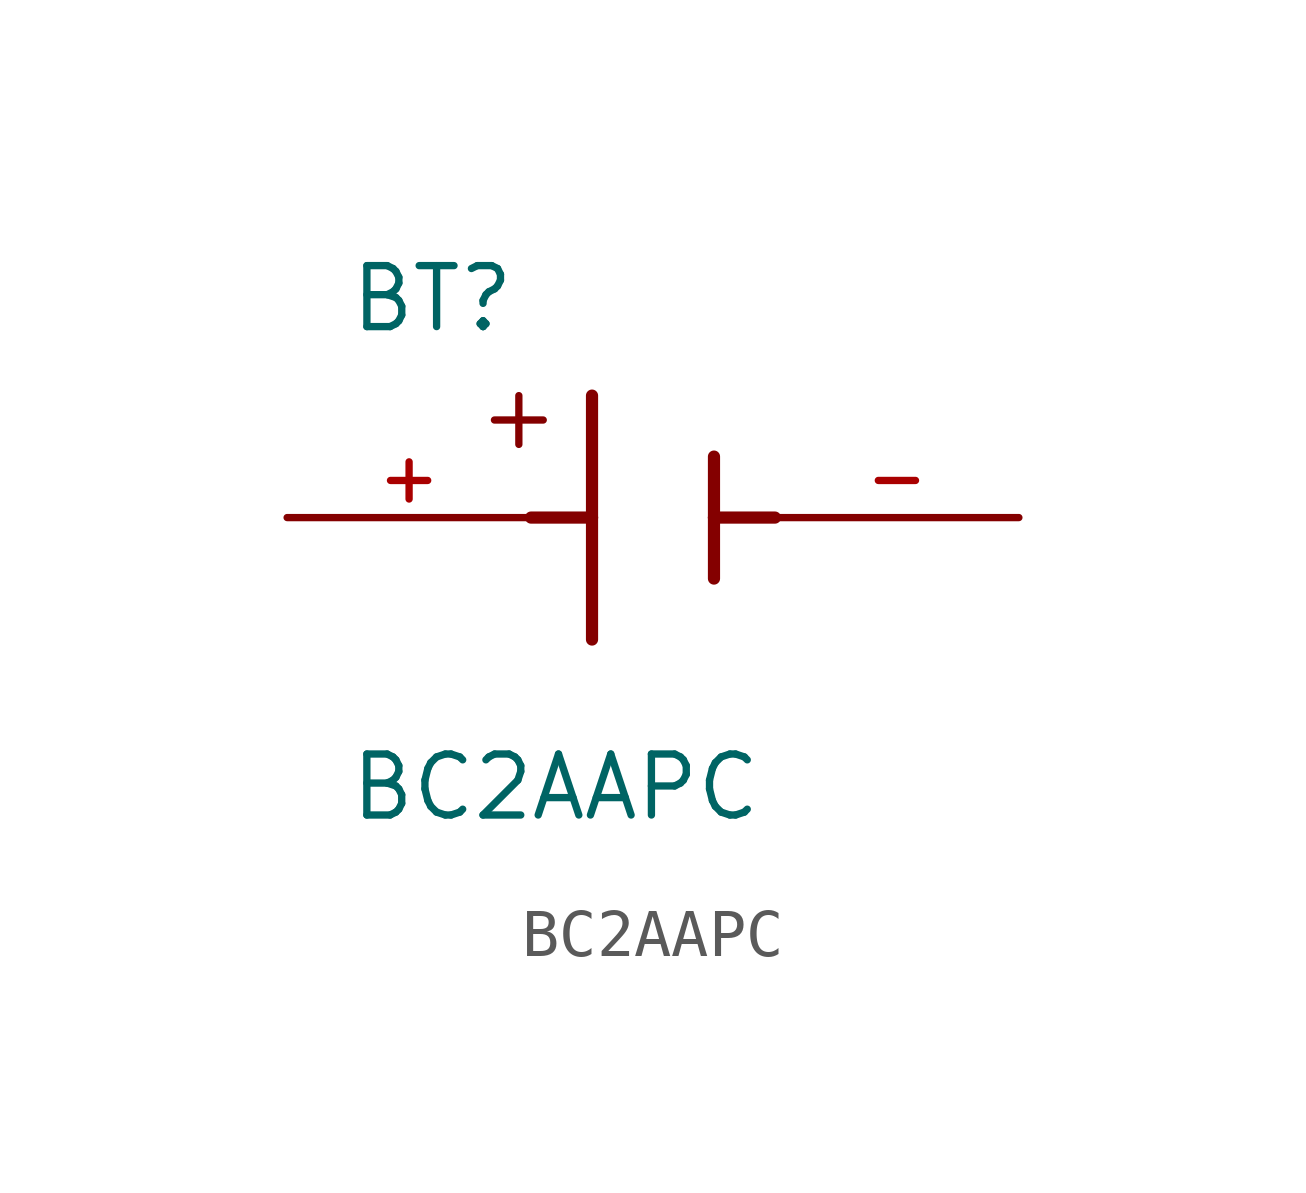
<source format=kicad_sym>
(kicad_symbol_lib
  (version 20211014)
  (generator kicad_symbol_editor)
  (symbol "BC2AAPC"
    (pin_names
      (offset 1.016))
    (property "Reference" "BT"
      (at -6.361 3.814 0)
      (effects (font (size 1.27 1.27)) (justify bottom left)))
    (property "Value" "BC2AAPC"
      (at -6.362 -6.358 0)
      (effects (font (size 1.27 1.27)) (justify bottom left)))
    (symbol "BC2AAPC_0_0"
      (polyline (pts (xy -1.27 2.54) (xy -1.27 0.0)) (stroke (width 0.254)))
      (polyline (pts (xy -1.27 0.0) (xy -1.27 -2.54)) (stroke (width 0.254)))
      (polyline (pts (xy 1.27 1.27) (xy 1.27 0.0)) (stroke (width 0.254)))
      (polyline (pts (xy 1.27 0.0) (xy 1.27 -1.27)) (stroke (width 0.254)))
      (polyline (pts (xy -2.54 0.0) (xy -1.27 0.0)) (stroke (width 0.254)))
      (polyline (pts (xy 1.27 0.0) (xy 2.54 0.0)) (stroke (width 0.254)))
      (polyline (pts (xy -2.794 2.54) (xy -2.794 1.524)) (stroke (width 0.152)))
      (polyline (pts (xy -3.302 2.032) (xy -2.286 2.032)) (stroke (width 0.152)))
      (pin passive line (at -7.62 0.0 0) (length 5.08) (name "~" (effects (font (size 1.016 1.016)))) (number "+" (effects (font (size 1.016 1.016)))))
      (pin passive line (at 7.62 0.0 180.0) (length 5.08) (name "~" (effects (font (size 1.016 1.016)))) (number "-" (effects (font (size 1.016 1.016))))))))
</source>
